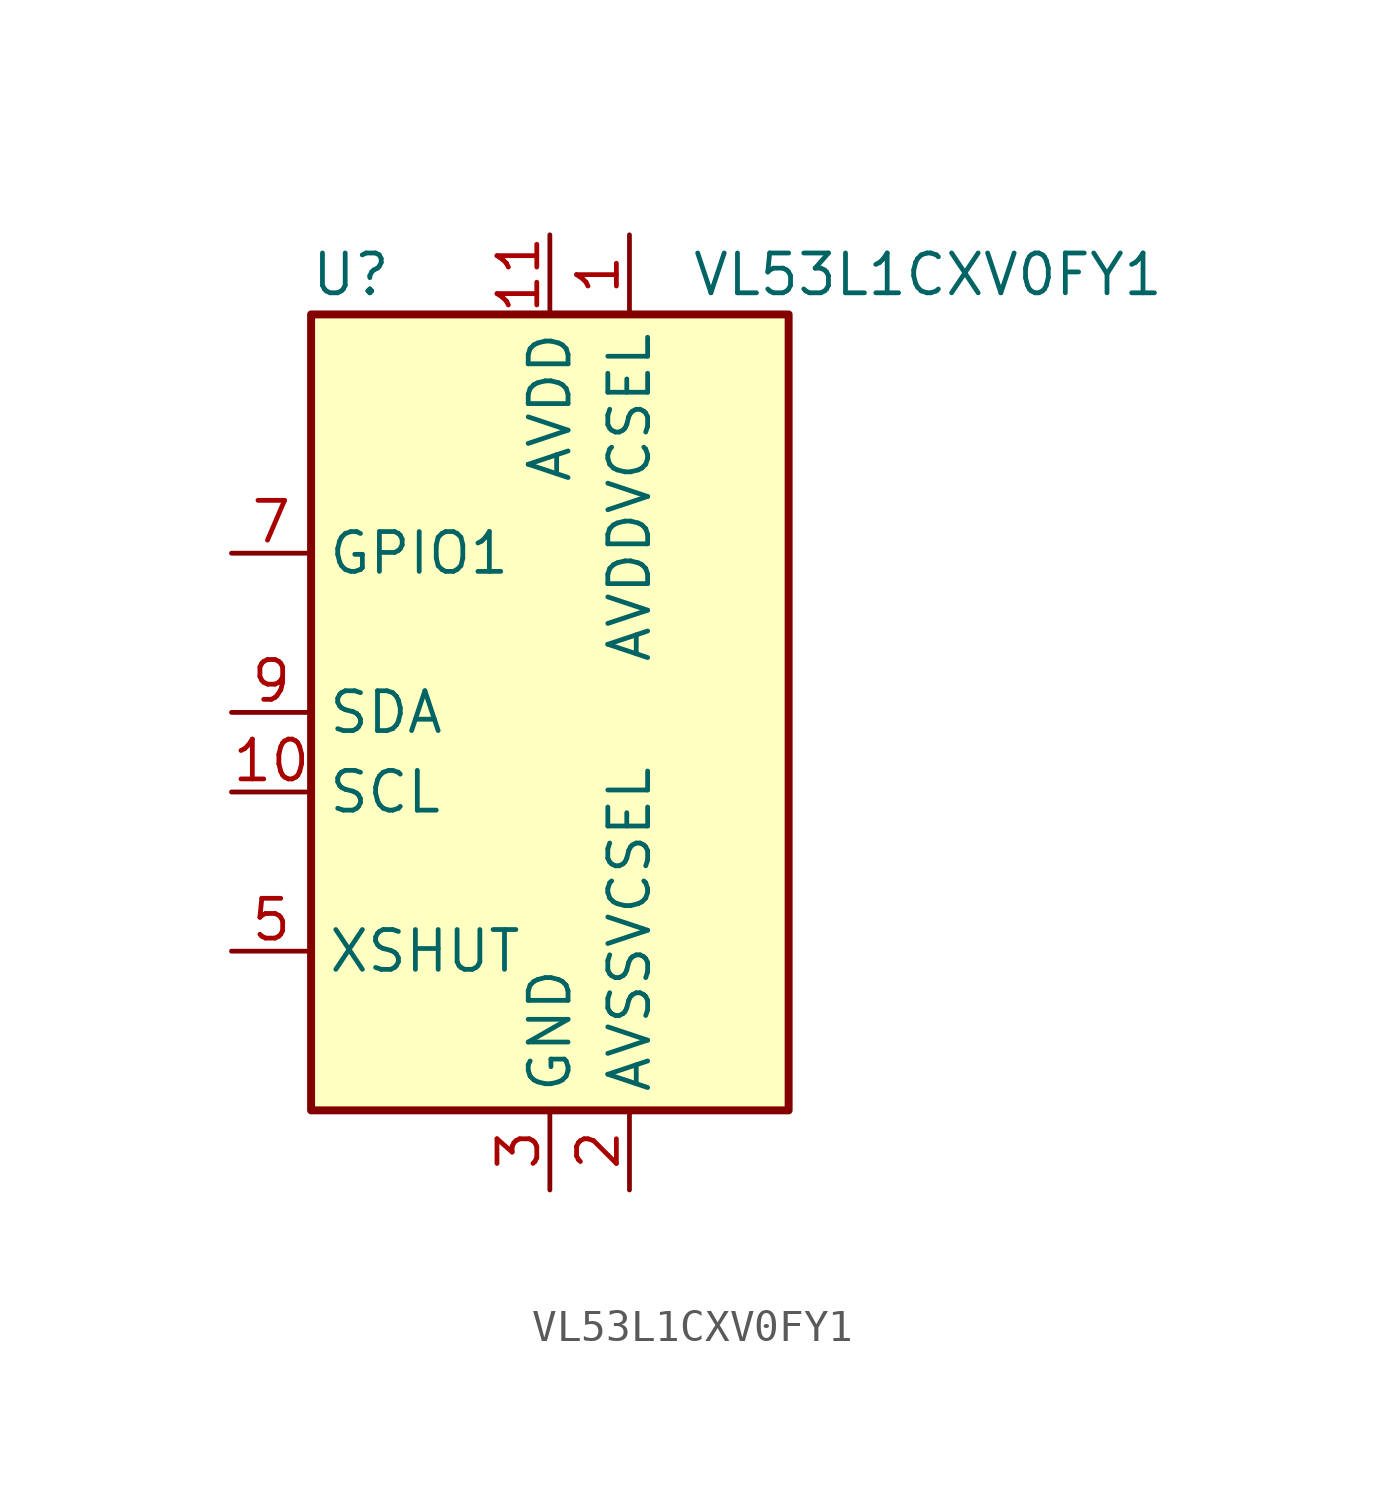
<source format=kicad_sym>
(kicad_symbol_lib
  (version 20201005)
  (generator kicad_symbol_editor)
  (symbol "VL53L1CXV0FY1"
    (property "Reference" "U"
      (at -6.35 13.97 0)
      (effects (font (size 1.27 1.27))))
    (property "Value" "VL53L1CXV0FY1"
      (at 12.065 13.97 0)
      (effects (font (size 1.27 1.27))))
    (symbol "VL53L1CXV0FY1_0_1"
      (rectangle (start -7.62 12.7) (end 7.62 -12.7) (stroke (width 0.254)) (fill (type background))))
    (symbol "VL53L1CXV0FY1_1_1"
      (pin power_in line (at 2.54 15.24 270) (length 2.54) (name "AVDDVCSEL" (effects (font (size 1.27 1.27)))) (number "1" (effects (font (size 1.27 1.27)))))
      (pin input line (at -10.16 -2.54 0) (length 2.54) (name "SCL" (effects (font (size 1.27 1.27)))) (number "10" (effects (font (size 1.27 1.27)))))
      (pin power_in line (at 0 15.24 270) (length 2.54) (name "AVDD" (effects (font (size 1.27 1.27)))) (number "11" (effects (font (size 1.27 1.27)))))
      (pin passive line (at 0 -15.24 90) (length 2.54) hide (name "GND" (effects (font (size 1.27 1.27)))) (number "12" (effects (font (size 1.27 1.27)))))
      (pin power_in line (at 2.54 -15.24 90) (length 2.54) (name "AVSSVCSEL" (effects (font (size 1.27 1.27)))) (number "2" (effects (font (size 1.27 1.27)))))
      (pin power_in line (at 0 -15.24 90) (length 2.54) (name "GND" (effects (font (size 1.27 1.27)))) (number "3" (effects (font (size 1.27 1.27)))))
      (pin passive line (at 0 -15.24 90) (length 2.54) hide (name "GND" (effects (font (size 1.27 1.27)))) (number "4" (effects (font (size 1.27 1.27)))))
      (pin input line (at -10.16 -7.62 0) (length 2.54) (name "XSHUT" (effects (font (size 1.27 1.27)))) (number "5" (effects (font (size 1.27 1.27)))))
      (pin passive line (at 0 -15.24 90) (length 2.54) hide (name "GND" (effects (font (size 1.27 1.27)))) (number "6" (effects (font (size 1.27 1.27)))))
      (pin open_collector line (at -10.16 5.08 0) (length 2.54) (name "GPIO1" (effects (font (size 1.27 1.27)))) (number "7" (effects (font (size 1.27 1.27)))))
      (pin no_connect line (at -7.62 7.62 0) (length 2.54) hide (name "DNC" (effects (font (size 1.27 1.27)))) (number "8" (effects (font (size 1.27 1.27)))))
      (pin bidirectional line (at -10.16 0 0) (length 2.54) (name "SDA" (effects (font (size 1.27 1.27)))) (number "9" (effects (font (size 1.27 1.27))))))))
</source>
